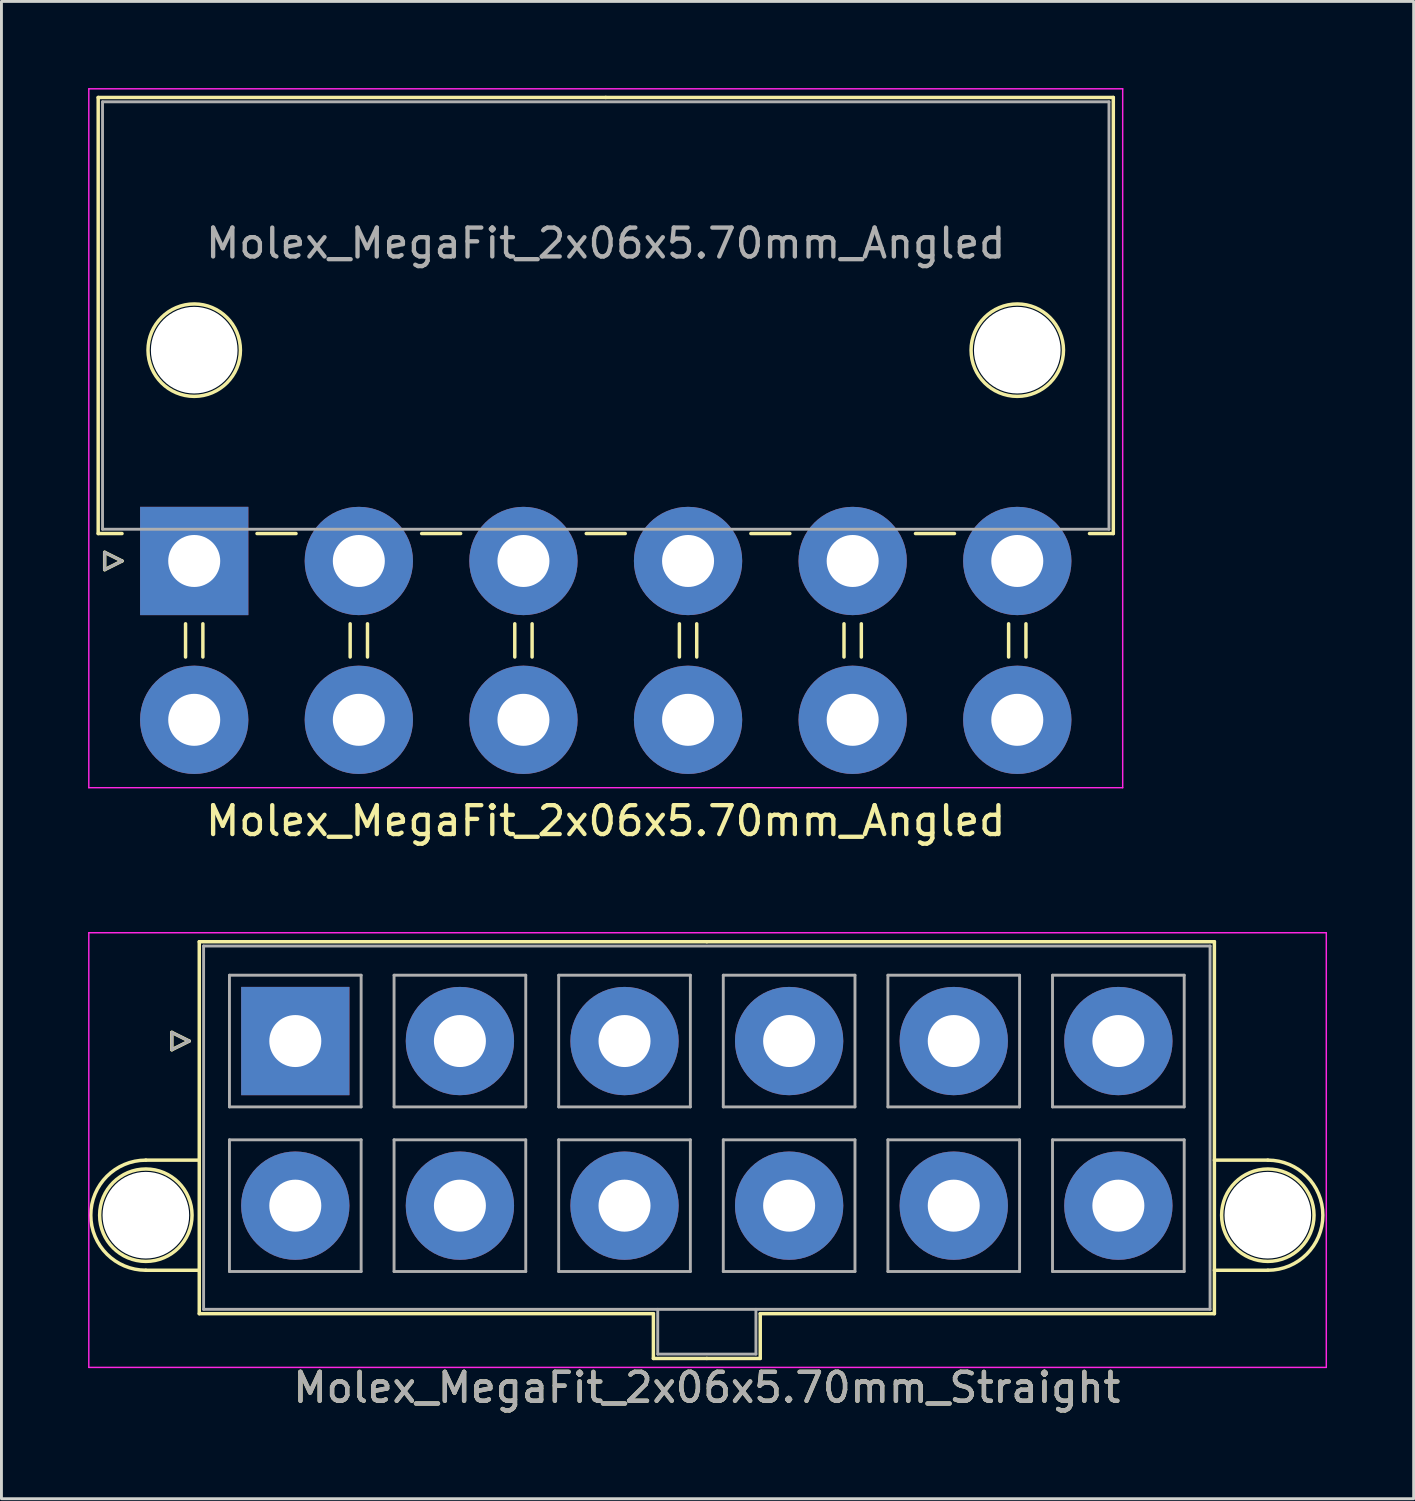
<source format=kicad_pcb>
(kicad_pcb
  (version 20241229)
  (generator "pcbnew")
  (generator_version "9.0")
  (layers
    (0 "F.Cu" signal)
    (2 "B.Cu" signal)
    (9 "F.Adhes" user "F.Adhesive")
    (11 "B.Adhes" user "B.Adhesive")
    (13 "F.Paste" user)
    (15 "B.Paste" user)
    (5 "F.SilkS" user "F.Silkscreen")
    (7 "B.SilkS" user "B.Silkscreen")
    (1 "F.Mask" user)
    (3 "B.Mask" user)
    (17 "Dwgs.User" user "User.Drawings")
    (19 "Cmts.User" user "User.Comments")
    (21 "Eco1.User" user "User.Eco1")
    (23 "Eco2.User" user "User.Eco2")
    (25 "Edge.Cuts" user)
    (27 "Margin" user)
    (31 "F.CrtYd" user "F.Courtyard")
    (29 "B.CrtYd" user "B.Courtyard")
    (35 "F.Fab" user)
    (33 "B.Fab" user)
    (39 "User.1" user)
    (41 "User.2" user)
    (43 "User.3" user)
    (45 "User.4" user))
  (footprint "Molex_MegaFit_2x06x5.70mm_Angled"
    (layer "F.Cu")
    (at 3.675 16.375)
    (property "Reference" "Molex_MegaFit_2x06x5.70mm_Angled" (at 14.25 9 0) (layer "F.SilkS") (effects (font (size 1 1) (thickness 0.15))))
    (attr through_hole)
    (fp_line (start -3.325 -16.05) (end -3.325 -0.95) (stroke (width 0.12) (type solid)) (layer "F.SilkS"))
    (fp_line (start -3.325 -0.95) (end -2.5 -0.95) (stroke (width 0.12) (type solid)) (layer "F.SilkS"))
    (fp_line (start -3.1 -0.3) (end -2.5 0) (stroke (width 0.12) (type solid)) (layer "F.SilkS"))
    (fp_line (start -3.1 0.3) (end -3.1 -0.3) (stroke (width 0.12) (type solid)) (layer "F.SilkS"))
    (fp_line (start -2.5 0) (end -3.1 0.3) (stroke (width 0.12) (type solid)) (layer "F.SilkS"))
    (fp_line (start -0.3 2.175) (end -0.3 3.325) (stroke (width 0.12) (type solid)) (layer "F.SilkS"))
    (fp_line (start 0.3 2.175) (end 0.3 3.325) (stroke (width 0.12) (type solid)) (layer "F.SilkS"))
    (fp_line (start 2.175 -0.95) (end 3.525 -0.95) (stroke (width 0.12) (type solid)) (layer "F.SilkS"))
    (fp_line (start 5.4 2.175) (end 5.4 3.325) (stroke (width 0.12) (type solid)) (layer "F.SilkS"))
    (fp_line (start 6 2.175) (end 6 3.325) (stroke (width 0.12) (type solid)) (layer "F.SilkS"))
    (fp_line (start 7.875 -0.95) (end 9.225 -0.95) (stroke (width 0.12) (type solid)) (layer "F.SilkS"))
    (fp_line (start 11.1 2.175) (end 11.1 3.325) (stroke (width 0.12) (type solid)) (layer "F.SilkS"))
    (fp_line (start 11.7 2.175) (end 11.7 3.325) (stroke (width 0.12) (type solid)) (layer "F.SilkS"))
    (fp_line (start 13.575 -0.95) (end 14.925 -0.95) (stroke (width 0.12) (type solid)) (layer "F.SilkS"))
    (fp_line (start 14.25 -16.05) (end -3.325 -16.05) (stroke (width 0.12) (type solid)) (layer "F.SilkS"))
    (fp_line (start 14.25 -16.05) (end 31.825 -16.05) (stroke (width 0.12) (type solid)) (layer "F.SilkS"))
    (fp_line (start 16.8 2.175) (end 16.8 3.325) (stroke (width 0.12) (type solid)) (layer "F.SilkS"))
    (fp_line (start 17.4 2.175) (end 17.4 3.325) (stroke (width 0.12) (type solid)) (layer "F.SilkS"))
    (fp_line (start 19.275 -0.95) (end 20.625 -0.95) (stroke (width 0.12) (type solid)) (layer "F.SilkS"))
    (fp_line (start 22.5 2.175) (end 22.5 3.325) (stroke (width 0.12) (type solid)) (layer "F.SilkS"))
    (fp_line (start 23.1 2.175) (end 23.1 3.325) (stroke (width 0.12) (type solid)) (layer "F.SilkS"))
    (fp_line (start 24.975 -0.95) (end 26.325 -0.95) (stroke (width 0.12) (type solid)) (layer "F.SilkS"))
    (fp_line (start 28.2 2.175) (end 28.2 3.325) (stroke (width 0.12) (type solid)) (layer "F.SilkS"))
    (fp_line (start 28.8 2.175) (end 28.8 3.325) (stroke (width 0.12) (type solid)) (layer "F.SilkS"))
    (fp_line (start 31.825 -16.05) (end 31.825 -0.95) (stroke (width 0.12) (type solid)) (layer "F.SilkS"))
    (fp_line (start 31.825 -0.95) (end 31 -0.95) (stroke (width 0.12) (type solid)) (layer "F.SilkS"))
    (fp_circle (center 0 -7.3) (end 1.6 -7.3) (stroke (width 0.12) (type solid)) (fill no) (layer "F.SilkS"))
    (fp_circle (center 28.5 -7.3) (end 30.1 -7.3) (stroke (width 0.12) (type solid)) (fill no) (layer "F.SilkS"))
    (fp_line (start -3.65 -16.35) (end -3.65 7.85) (stroke (width 0.05) (type solid)) (layer "F.CrtYd"))
    (fp_line (start -3.65 7.85) (end 32.15 7.85) (stroke (width 0.05) (type solid)) (layer "F.CrtYd"))
    (fp_line (start 32.15 -16.35) (end -3.65 -16.35) (stroke (width 0.05) (type solid)) (layer "F.CrtYd"))
    (fp_line (start 32.15 7.85) (end 32.15 -16.35) (stroke (width 0.05) (type solid)) (layer "F.CrtYd"))
    (fp_line (start -3.175 -15.9) (end -3.175 -1.1) (stroke (width 0.1) (type solid)) (layer "F.Fab"))
    (fp_line (start -3.175 -1.1) (end 31.675 -1.1) (stroke (width 0.1) (type solid)) (layer "F.Fab"))
    (fp_line (start -3.1 -0.3) (end -2.5 0) (stroke (width 0.1) (type solid)) (layer "F.Fab"))
    (fp_line (start -3.1 0.3) (end -3.1 -0.3) (stroke (width 0.1) (type solid)) (layer "F.Fab"))
    (fp_line (start -2.5 0) (end -3.1 0.3) (stroke (width 0.1) (type solid)) (layer "F.Fab"))
    (fp_line (start 31.675 -15.9) (end -3.175 -15.9) (stroke (width 0.1) (type solid)) (layer "F.Fab"))
    (fp_line (start 31.675 -1.1) (end 31.675 -15.9) (stroke (width 0.1) (type solid)) (layer "F.Fab"))
    (fp_text user "${REFERENCE}" (at 14.25 -11 0) (layer "F.Fab") (effects (font (size 1 1) (thickness 0.15))))
    (pad "" np_thru_hole circle (at 0 -7.3) (size 3 3) (drill 3) (layers "*.Cu" "*.Mask"))
    (pad "" np_thru_hole circle (at 28.5 -7.3) (size 3 3) (drill 3) (layers "*.Cu" "*.Mask"))
    (pad "1" thru_hole rect (at 0 0) (size 3.75 3.75) (drill 1.8) (layers "*.Cu" "*.Mask"))
    (pad "2" thru_hole circle (at 5.7 0) (size 3.75 3.75) (drill 1.8) (layers "*.Cu" "*.Mask"))
    (pad "3" thru_hole circle (at 11.4 0) (size 3.75 3.75) (drill 1.8) (layers "*.Cu" "*.Mask"))
    (pad "4" thru_hole circle (at 17.1 0) (size 3.75 3.75) (drill 1.8) (layers "*.Cu" "*.Mask"))
    (pad "5" thru_hole circle (at 22.8 0) (size 3.75 3.75) (drill 1.8) (layers "*.Cu" "*.Mask"))
    (pad "6" thru_hole circle (at 28.5 0) (size 3.75 3.75) (drill 1.8) (layers "*.Cu" "*.Mask"))
    (pad "7" thru_hole circle (at 0 5.5) (size 3.75 3.75) (drill 1.8) (layers "*.Cu" "*.Mask"))
    (pad "8" thru_hole circle (at 5.7 5.5) (size 3.75 3.75) (drill 1.8) (layers "*.Cu" "*.Mask"))
    (pad "9" thru_hole circle (at 11.4 5.5) (size 3.75 3.75) (drill 1.8) (layers "*.Cu" "*.Mask"))
    (pad "10" thru_hole circle (at 17.1 5.5) (size 3.75 3.75) (drill 1.8) (layers "*.Cu" "*.Mask"))
    (pad "11" thru_hole circle (at 22.8 5.5) (size 3.75 3.75) (drill 1.8) (layers "*.Cu" "*.Mask"))
    (pad "12" thru_hole circle (at 28.5 5.5) (size 3.75 3.75) (drill 1.8) (layers "*.Cu" "*.Mask")))
  (footprint "Molex_MegaFit_2x06x5.70mm_Straight"
    (layer "F.Cu")
    (at 7.175 32.998)
    (property "Reference" "Molex_MegaFit_2x06x5.70mm_Straight" (at 14.25 12 0) (layer "F.SilkS") (effects (font (size 1 1) (thickness 0.15))))
    (attr through_hole)
    (fp_line (start -5.175 4.124) (end -3.325 4.124) (stroke (width 0.12) (type solid)) (layer "F.SilkS"))
    (fp_line (start -5.175 7.936) (end -3.325 7.936) (stroke (width 0.12) (type solid)) (layer "F.SilkS"))
    (fp_line (start -4.275 -0.3) (end -3.675 0) (stroke (width 0.12) (type solid)) (layer "F.SilkS"))
    (fp_line (start -4.275 0.3) (end -4.275 -0.3) (stroke (width 0.12) (type solid)) (layer "F.SilkS"))
    (fp_line (start -3.675 0) (end -4.275 0.3) (stroke (width 0.12) (type solid)) (layer "F.SilkS"))
    (fp_line (start -3.325 -3.44) (end -3.325 9.44) (stroke (width 0.12) (type solid)) (layer "F.SilkS"))
    (fp_line (start -3.325 9.44) (end 12.4 9.44) (stroke (width 0.12) (type solid)) (layer "F.SilkS"))
    (fp_line (start 12.4 9.44) (end 12.4 10.99) (stroke (width 0.12) (type solid)) (layer "F.SilkS"))
    (fp_line (start 12.4 10.99) (end 14.25 10.99) (stroke (width 0.12) (type solid)) (layer "F.SilkS"))
    (fp_line (start 14.25 -3.44) (end -3.325 -3.44) (stroke (width 0.12) (type solid)) (layer "F.SilkS"))
    (fp_line (start 14.25 -3.44) (end 31.825 -3.44) (stroke (width 0.12) (type solid)) (layer "F.SilkS"))
    (fp_line (start 16.1 9.44) (end 16.1 10.99) (stroke (width 0.12) (type solid)) (layer "F.SilkS"))
    (fp_line (start 16.1 10.99) (end 14.25 10.99) (stroke (width 0.12) (type solid)) (layer "F.SilkS"))
    (fp_line (start 31.825 -3.44) (end 31.825 9.44) (stroke (width 0.12) (type solid)) (layer "F.SilkS"))
    (fp_line (start 31.825 9.44) (end 16.1 9.44) (stroke (width 0.12) (type solid)) (layer "F.SilkS"))
    (fp_line (start 33.675 4.124) (end 31.825 4.124) (stroke (width 0.12) (type solid)) (layer "F.SilkS"))
    (fp_line (start 33.675 7.936) (end 31.825 7.936) (stroke (width 0.12) (type solid)) (layer "F.SilkS"))
    (fp_arc (start -5.175 7.93625) (mid -7.08125 6.03) (end -5.175 4.12375) (stroke (width 0.12) (type solid)) (layer "F.SilkS"))
    (fp_arc (start 33.675 4.12375) (mid 35.58125 6.03) (end 33.675 7.93625) (stroke (width 0.12) (type solid)) (layer "F.SilkS"))
    (fp_circle (center -5.175 6.03) (end -3.575 6.03) (stroke (width 0.12) (type solid)) (fill no) (layer "F.SilkS"))
    (fp_circle (center 33.675 6.03) (end 35.275 6.03) (stroke (width 0.12) (type solid)) (fill no) (layer "F.SilkS"))
    (fp_line (start -7.15 -3.75) (end -7.15 11.3) (stroke (width 0.05) (type solid)) (layer "F.CrtYd"))
    (fp_line (start -7.15 11.3) (end 35.7 11.3) (stroke (width 0.05) (type solid)) (layer "F.CrtYd"))
    (fp_line (start 35.7 -3.75) (end -7.15 -3.75) (stroke (width 0.05) (type solid)) (layer "F.CrtYd"))
    (fp_line (start 35.7 11.3) (end 35.7 -3.75) (stroke (width 0.05) (type solid)) (layer "F.CrtYd"))
    (fp_line (start -4.275 -0.3) (end -3.675 0) (stroke (width 0.1) (type solid)) (layer "F.Fab"))
    (fp_line (start -4.275 0.3) (end -4.275 -0.3) (stroke (width 0.1) (type solid)) (layer "F.Fab"))
    (fp_line (start -3.675 0) (end -4.275 0.3) (stroke (width 0.1) (type solid)) (layer "F.Fab"))
    (fp_line (start -3.175 -3.29) (end -3.175 9.29) (stroke (width 0.1) (type solid)) (layer "F.Fab"))
    (fp_line (start -3.175 9.29) (end 31.675 9.29) (stroke (width 0.1) (type solid)) (layer "F.Fab"))
    (fp_line (start -2.28 -2.28) (end -2.28 2.28) (stroke (width 0.1) (type solid)) (layer "F.Fab"))
    (fp_line (start -2.28 2.28) (end 2.28 2.28) (stroke (width 0.1) (type solid)) (layer "F.Fab"))
    (fp_line (start -2.28 3.42) (end -2.28 7.98) (stroke (width 0.1) (type solid)) (layer "F.Fab"))
    (fp_line (start -2.28 7.98) (end 2.28 7.98) (stroke (width 0.1) (type solid)) (layer "F.Fab"))
    (fp_line (start 2.28 -2.28) (end -2.28 -2.28) (stroke (width 0.1) (type solid)) (layer "F.Fab"))
    (fp_line (start 2.28 2.28) (end 2.28 -2.28) (stroke (width 0.1) (type solid)) (layer "F.Fab"))
    (fp_line (start 2.28 3.42) (end -2.28 3.42) (stroke (width 0.1) (type solid)) (layer "F.Fab"))
    (fp_line (start 2.28 7.98) (end 2.28 3.42) (stroke (width 0.1) (type solid)) (layer "F.Fab"))
    (fp_line (start 3.42 -2.28) (end 3.42 2.28) (stroke (width 0.1) (type solid)) (layer "F.Fab"))
    (fp_line (start 3.42 2.28) (end 7.98 2.28) (stroke (width 0.1) (type solid)) (layer "F.Fab"))
    (fp_line (start 3.42 3.42) (end 3.42 7.98) (stroke (width 0.1) (type solid)) (layer "F.Fab"))
    (fp_line (start 3.42 7.98) (end 7.98 7.98) (stroke (width 0.1) (type solid)) (layer "F.Fab"))
    (fp_line (start 7.98 -2.28) (end 3.42 -2.28) (stroke (width 0.1) (type solid)) (layer "F.Fab"))
    (fp_line (start 7.98 2.28) (end 7.98 -2.28) (stroke (width 0.1) (type solid)) (layer "F.Fab"))
    (fp_line (start 7.98 3.42) (end 3.42 3.42) (stroke (width 0.1) (type solid)) (layer "F.Fab"))
    (fp_line (start 7.98 7.98) (end 7.98 3.42) (stroke (width 0.1) (type solid)) (layer "F.Fab"))
    (fp_line (start 9.12 -2.28) (end 9.12 2.28) (stroke (width 0.1) (type solid)) (layer "F.Fab"))
    (fp_line (start 9.12 2.28) (end 13.68 2.28) (stroke (width 0.1) (type solid)) (layer "F.Fab"))
    (fp_line (start 9.12 3.42) (end 9.12 7.98) (stroke (width 0.1) (type solid)) (layer "F.Fab"))
    (fp_line (start 9.12 7.98) (end 13.68 7.98) (stroke (width 0.1) (type solid)) (layer "F.Fab"))
    (fp_line (start 12.55 9.29) (end 12.55 10.84) (stroke (width 0.1) (type solid)) (layer "F.Fab"))
    (fp_line (start 12.55 10.84) (end 15.95 10.84) (stroke (width 0.1) (type solid)) (layer "F.Fab"))
    (fp_line (start 13.68 -2.28) (end 9.12 -2.28) (stroke (width 0.1) (type solid)) (layer "F.Fab"))
    (fp_line (start 13.68 2.28) (end 13.68 -2.28) (stroke (width 0.1) (type solid)) (layer "F.Fab"))
    (fp_line (start 13.68 3.42) (end 9.12 3.42) (stroke (width 0.1) (type solid)) (layer "F.Fab"))
    (fp_line (start 13.68 7.98) (end 13.68 3.42) (stroke (width 0.1) (type solid)) (layer "F.Fab"))
    (fp_line (start 14.82 -2.28) (end 14.82 2.28) (stroke (width 0.1) (type solid)) (layer "F.Fab"))
    (fp_line (start 14.82 2.28) (end 19.38 2.28) (stroke (width 0.1) (type solid)) (layer "F.Fab"))
    (fp_line (start 14.82 3.42) (end 14.82 7.98) (stroke (width 0.1) (type solid)) (layer "F.Fab"))
    (fp_line (start 14.82 7.98) (end 19.38 7.98) (stroke (width 0.1) (type solid)) (layer "F.Fab"))
    (fp_line (start 15.95 10.84) (end 15.95 9.29) (stroke (width 0.1) (type solid)) (layer "F.Fab"))
    (fp_line (start 19.38 -2.28) (end 14.82 -2.28) (stroke (width 0.1) (type solid)) (layer "F.Fab"))
    (fp_line (start 19.38 2.28) (end 19.38 -2.28) (stroke (width 0.1) (type solid)) (layer "F.Fab"))
    (fp_line (start 19.38 3.42) (end 14.82 3.42) (stroke (width 0.1) (type solid)) (layer "F.Fab"))
    (fp_line (start 19.38 7.98) (end 19.38 3.42) (stroke (width 0.1) (type solid)) (layer "F.Fab"))
    (fp_line (start 20.52 -2.28) (end 20.52 2.28) (stroke (width 0.1) (type solid)) (layer "F.Fab"))
    (fp_line (start 20.52 2.28) (end 25.08 2.28) (stroke (width 0.1) (type solid)) (layer "F.Fab"))
    (fp_line (start 20.52 3.42) (end 20.52 7.98) (stroke (width 0.1) (type solid)) (layer "F.Fab"))
    (fp_line (start 20.52 7.98) (end 25.08 7.98) (stroke (width 0.1) (type solid)) (layer "F.Fab"))
    (fp_line (start 25.08 -2.28) (end 20.52 -2.28) (stroke (width 0.1) (type solid)) (layer "F.Fab"))
    (fp_line (start 25.08 2.28) (end 25.08 -2.28) (stroke (width 0.1) (type solid)) (layer "F.Fab"))
    (fp_line (start 25.08 3.42) (end 20.52 3.42) (stroke (width 0.1) (type solid)) (layer "F.Fab"))
    (fp_line (start 25.08 7.98) (end 25.08 3.42) (stroke (width 0.1) (type solid)) (layer "F.Fab"))
    (fp_line (start 26.22 -2.28) (end 26.22 2.28) (stroke (width 0.1) (type solid)) (layer "F.Fab"))
    (fp_line (start 26.22 2.28) (end 30.78 2.28) (stroke (width 0.1) (type solid)) (layer "F.Fab"))
    (fp_line (start 26.22 3.42) (end 26.22 7.98) (stroke (width 0.1) (type solid)) (layer "F.Fab"))
    (fp_line (start 26.22 7.98) (end 30.78 7.98) (stroke (width 0.1) (type solid)) (layer "F.Fab"))
    (fp_line (start 30.78 -2.28) (end 26.22 -2.28) (stroke (width 0.1) (type solid)) (layer "F.Fab"))
    (fp_line (start 30.78 2.28) (end 30.78 -2.28) (stroke (width 0.1) (type solid)) (layer "F.Fab"))
    (fp_line (start 30.78 3.42) (end 26.22 3.42) (stroke (width 0.1) (type solid)) (layer "F.Fab"))
    (fp_line (start 30.78 7.98) (end 30.78 3.42) (stroke (width 0.1) (type solid)) (layer "F.Fab"))
    (fp_line (start 31.675 -3.29) (end -3.175 -3.29) (stroke (width 0.1) (type solid)) (layer "F.Fab"))
    (fp_line (start 31.675 9.29) (end 31.675 -3.29) (stroke (width 0.1) (type solid)) (layer "F.Fab"))
    (fp_text user "${REFERENCE}" (at 14.25 12 0) (layer "F.Fab") (effects (font (size 1 1) (thickness 0.15))))
    (pad "" np_thru_hole circle (at -5.175 6.03) (size 3 3) (drill 3) (layers "*.Cu" "*.Mask"))
    (pad "" np_thru_hole circle (at 33.675 6.03) (size 3 3) (drill 3) (layers "*.Cu" "*.Mask"))
    (pad "1" thru_hole rect (at 0 0) (size 3.75 3.75) (drill 1.8) (layers "*.Cu" "*.Mask"))
    (pad "2" thru_hole circle (at 5.7 0) (size 3.75 3.75) (drill 1.8) (layers "*.Cu" "*.Mask"))
    (pad "3" thru_hole circle (at 11.4 0) (size 3.75 3.75) (drill 1.8) (layers "*.Cu" "*.Mask"))
    (pad "4" thru_hole circle (at 17.1 0) (size 3.75 3.75) (drill 1.8) (layers "*.Cu" "*.Mask"))
    (pad "5" thru_hole circle (at 22.8 0) (size 3.75 3.75) (drill 1.8) (layers "*.Cu" "*.Mask"))
    (pad "6" thru_hole circle (at 28.5 0) (size 3.75 3.75) (drill 1.8) (layers "*.Cu" "*.Mask"))
    (pad "7" thru_hole circle (at 0 5.7) (size 3.75 3.75) (drill 1.8) (layers "*.Cu" "*.Mask"))
    (pad "8" thru_hole circle (at 5.7 5.7) (size 3.75 3.75) (drill 1.8) (layers "*.Cu" "*.Mask"))
    (pad "9" thru_hole circle (at 11.4 5.7) (size 3.75 3.75) (drill 1.8) (layers "*.Cu" "*.Mask"))
    (pad "10" thru_hole circle (at 17.1 5.7) (size 3.75 3.75) (drill 1.8) (layers "*.Cu" "*.Mask"))
    (pad "11" thru_hole circle (at 22.8 5.7) (size 3.75 3.75) (drill 1.8) (layers "*.Cu" "*.Mask"))
    (pad "12" thru_hole circle (at 28.5 5.7) (size 3.75 3.75) (drill 1.8) (layers "*.Cu" "*.Mask")))
  (gr_rect
    (start -3 -3)
    (end 45.9 48.846)
    (stroke (width 0.1) (type default))
    (fill no)
    (layer "Edge.Cuts")))
</source>
